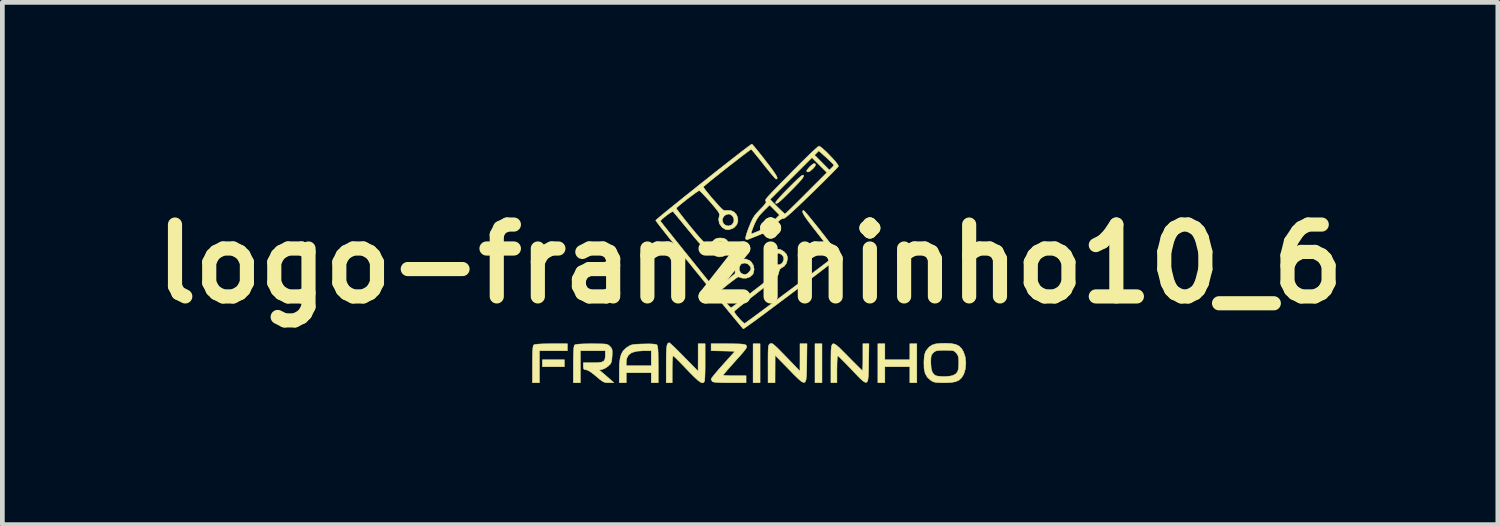
<source format=kicad_pcb>
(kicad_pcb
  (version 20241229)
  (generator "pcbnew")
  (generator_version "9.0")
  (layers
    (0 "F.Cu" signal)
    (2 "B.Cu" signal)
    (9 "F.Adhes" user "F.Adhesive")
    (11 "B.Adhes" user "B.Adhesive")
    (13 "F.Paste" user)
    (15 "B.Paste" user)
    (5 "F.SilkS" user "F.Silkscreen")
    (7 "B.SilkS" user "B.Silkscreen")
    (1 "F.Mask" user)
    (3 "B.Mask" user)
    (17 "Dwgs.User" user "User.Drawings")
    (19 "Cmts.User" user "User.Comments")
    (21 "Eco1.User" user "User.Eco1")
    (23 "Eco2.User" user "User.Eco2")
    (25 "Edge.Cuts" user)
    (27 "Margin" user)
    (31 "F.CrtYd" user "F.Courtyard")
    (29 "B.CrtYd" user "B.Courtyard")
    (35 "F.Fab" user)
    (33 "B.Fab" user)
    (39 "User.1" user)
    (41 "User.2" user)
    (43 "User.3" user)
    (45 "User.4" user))
  (footprint "logo-franzininho10_6"
    (layer "F.Cu")
    (at 12.852 2.545)
    (property "Reference" "logo-franzininho10_6" (at 0 0 0) (layer "F.SilkS") (effects (font (size 1.524 1.524) (thickness 0.3))))
    (attr through_hole)
    (fp_poly (pts (xy -3.937 2.18) (xy -4.403 2.18) (xy -4.403 2.032) (xy -3.937 2.032) (xy -3.937 2.18)) (stroke (width 0.01) (type solid)) (fill yes) (layer "F.SilkS"))
    (fp_poly (pts (xy 0.212 2.519) (xy 0.064 2.519) (xy 0.064 1.693) (xy 0.212 1.693) (xy 0.212 2.519)) (stroke (width 0.01) (type solid)) (fill yes) (layer "F.SilkS"))
    (fp_poly (pts (xy 1.524 2.519) (xy 1.376 2.519) (xy 1.376 1.693) (xy 1.524 1.693) (xy 1.524 2.519)) (stroke (width 0.01) (type solid)) (fill yes) (layer "F.SilkS"))
    (fp_poly (pts (xy 2.857 2.032) (xy 3.387 2.032) (xy 3.387 1.693) (xy 3.535 1.693) (xy 3.535 2.519) (xy 3.387 2.519) (xy 3.387 2.18) (xy 2.857 2.18) (xy 2.857 2.519) (xy 2.709 2.519) (xy 2.709 1.693) (xy 2.857 1.693) (xy 2.857 2.032)) (stroke (width 0.01) (type solid)) (fill yes) (layer "F.SilkS"))
    (fp_poly (pts (xy 1.379 -2.122) (xy 1.38 -2.121) (xy 1.389 -2.098) (xy 1.372 -2.065) (xy 1.334 -2.021) (xy 1.271 -1.966) (xy 1.226 -1.948) (xy 1.198 -1.965) (xy 1.206 -1.988) (xy 1.237 -2.029) (xy 1.271 -2.065) (xy 1.323 -2.111) (xy 1.357 -2.129) (xy 1.379 -2.122)) (stroke (width 0.01) (type solid)) (fill yes) (layer "F.SilkS"))
    (fp_poly (pts (xy -3.873 1.841) (xy -4.466 1.841) (xy -4.466 2.519) (xy -4.614 2.519) (xy -4.614 2.131) (xy -4.613 1.975) (xy -4.61 1.859) (xy -4.604 1.778) (xy -4.596 1.732) (xy -4.589 1.719) (xy -4.56 1.708) (xy -4.498 1.7) (xy -4.399 1.695) (xy -4.26 1.693) (xy -4.219 1.693) (xy -3.873 1.693) (xy -3.873 1.841)) (stroke (width 0.01) (type solid)) (fill yes) (layer "F.SilkS"))
    (fp_poly (pts (xy 1.133 -1.878) (xy 1.134 -1.876) (xy 1.133 -1.854) (xy 1.114 -1.82) (xy 1.074 -1.77) (xy 1.01 -1.701) (xy 0.92 -1.607) (xy 0.887 -1.574) (xy 0.78 -1.467) (xy 0.698 -1.387) (xy 0.638 -1.332) (xy 0.596 -1.298) (xy 0.568 -1.283) (xy 0.55 -1.282) (xy 0.538 -1.294) (xy 0.548 -1.316) (xy 0.585 -1.363) (xy 0.646 -1.432) (xy 0.727 -1.519) (xy 0.822 -1.615) (xy 0.926 -1.719) (xy 1.004 -1.794) (xy 1.061 -1.845) (xy 1.099 -1.874) (xy 1.122 -1.884) (xy 1.133 -1.878)) (stroke (width 0.01) (type solid)) (fill yes) (layer "F.SilkS"))
    (fp_poly (pts (xy 0.465 1.688) (xy 0.492 1.704) (xy 0.53 1.736) (xy 0.585 1.787) (xy 0.659 1.862) (xy 0.758 1.964) (xy 0.765 1.971) (xy 1.057 2.275) (xy 1.058 1.984) (xy 1.058 1.693) (xy 1.207 1.693) (xy 1.202 2.101) (xy 1.199 2.26) (xy 1.195 2.379) (xy 1.185 2.461) (xy 1.165 2.506) (xy 1.134 2.515) (xy 1.085 2.491) (xy 1.018 2.433) (xy 0.926 2.342) (xy 0.816 2.229) (xy 0.531 1.937) (xy 0.53 2.228) (xy 0.529 2.519) (xy 0.381 2.519) (xy 0.381 2.117) (xy 0.381 1.978) (xy 0.382 1.874) (xy 0.385 1.801) (xy 0.389 1.753) (xy 0.396 1.723) (xy 0.407 1.705) (xy 0.421 1.695) (xy 0.427 1.692) (xy 0.444 1.685) (xy 0.465 1.688)) (stroke (width 0.01) (type solid)) (fill yes) (layer "F.SilkS"))
    (fp_poly (pts (xy -2.045 1.699) (xy -1.993 1.708) (xy -1.978 1.715) (xy -1.967 1.732) (xy -1.959 1.765) (xy -1.953 1.82) (xy -1.949 1.901) (xy -1.948 2.015) (xy -1.947 2.13) (xy -1.947 2.519) (xy -2.095 2.519) (xy -2.095 2.307) (xy -2.625 2.307) (xy -2.625 2.519) (xy -2.773 2.519) (xy -2.773 2.261) (xy -2.769 2.112) (xy -2.765 2.079) (xy -2.625 2.079) (xy -2.625 2.159) (xy -2.095 2.159) (xy -2.095 1.841) (xy -2.266 1.841) (xy -2.405 1.851) (xy -2.509 1.881) (xy -2.578 1.932) (xy -2.616 2.006) (xy -2.625 2.079) (xy -2.765 2.079) (xy -2.755 1.997) (xy -2.729 1.909) (xy -2.688 1.84) (xy -2.63 1.784) (xy -2.597 1.761) (xy -2.557 1.736) (xy -2.518 1.719) (xy -2.469 1.709) (xy -2.402 1.702) (xy -2.306 1.698) (xy -2.26 1.697) (xy -2.133 1.695) (xy -2.045 1.699)) (stroke (width 0.01) (type solid)) (fill yes) (layer "F.SilkS"))
    (fp_poly (pts (xy -0.331 1.694) (xy -0.231 1.696) (xy -0.161 1.701) (xy -0.117 1.708) (xy -0.092 1.718) (xy -0.086 1.724) (xy -0.075 1.74) (xy -0.071 1.757) (xy -0.079 1.78) (xy -0.101 1.814) (xy -0.14 1.863) (xy -0.199 1.932) (xy -0.282 2.025) (xy -0.333 2.082) (xy -0.412 2.17) (xy -0.48 2.247) (xy -0.532 2.308) (xy -0.564 2.347) (xy -0.572 2.359) (xy -0.552 2.363) (xy -0.498 2.367) (xy -0.419 2.37) (xy -0.328 2.371) (xy -0.085 2.371) (xy -0.085 2.519) (xy -0.43 2.519) (xy -0.578 2.518) (xy -0.687 2.513) (xy -0.759 2.507) (xy -0.796 2.497) (xy -0.8 2.493) (xy -0.823 2.456) (xy -0.826 2.441) (xy -0.812 2.418) (xy -0.774 2.368) (xy -0.717 2.299) (xy -0.645 2.215) (xy -0.572 2.133) (xy -0.319 1.852) (xy -0.826 1.84) (xy -0.826 1.693) (xy -0.468 1.693) (xy -0.331 1.694)) (stroke (width 0.01) (type solid)) (fill yes) (layer "F.SilkS"))
    (fp_poly (pts (xy -1.691 1.687) (xy -1.647 1.727) (xy -1.583 1.788) (xy -1.504 1.867) (xy -1.414 1.957) (xy -1.398 1.974) (xy -1.102 2.275) (xy -1.101 1.984) (xy -1.101 1.693) (xy -0.953 1.693) (xy -0.953 2.073) (xy -0.953 2.197) (xy -0.955 2.308) (xy -0.958 2.398) (xy -0.962 2.46) (xy -0.965 2.485) (xy -0.984 2.514) (xy -1.011 2.522) (xy -1.051 2.507) (xy -1.107 2.467) (xy -1.181 2.399) (xy -1.278 2.302) (xy -1.344 2.233) (xy -1.43 2.143) (xy -1.507 2.064) (xy -1.569 2.002) (xy -1.613 1.962) (xy -1.632 1.947) (xy -1.639 1.967) (xy -1.645 2.022) (xy -1.649 2.103) (xy -1.651 2.204) (xy -1.651 2.233) (xy -1.651 2.519) (xy -1.778 2.519) (xy -1.778 2.121) (xy -1.777 1.97) (xy -1.774 1.856) (xy -1.769 1.775) (xy -1.76 1.721) (xy -1.746 1.689) (xy -1.728 1.675) (xy -1.711 1.672) (xy -1.691 1.687)) (stroke (width 0.01) (type solid)) (fill yes) (layer "F.SilkS"))
    (fp_poly (pts (xy 1.821 1.716) (xy 1.889 1.774) (xy 1.98 1.864) (xy 2.079 1.964) (xy 2.17 2.056) (xy 2.25 2.136) (xy 2.315 2.201) (xy 2.361 2.245) (xy 2.383 2.264) (xy 2.384 2.265) (xy 2.387 2.245) (xy 2.389 2.19) (xy 2.391 2.109) (xy 2.392 2.008) (xy 2.392 1.979) (xy 2.392 1.693) (xy 2.52 1.693) (xy 2.514 2.101) (xy 2.512 2.261) (xy 2.507 2.381) (xy 2.497 2.462) (xy 2.477 2.506) (xy 2.445 2.513) (xy 2.397 2.485) (xy 2.328 2.423) (xy 2.237 2.329) (xy 2.147 2.234) (xy 2.06 2.144) (xy 1.983 2.065) (xy 1.921 2.003) (xy 1.878 1.962) (xy 1.858 1.947) (xy 1.858 1.947) (xy 1.852 1.967) (xy 1.847 2.022) (xy 1.843 2.103) (xy 1.842 2.204) (xy 1.841 2.233) (xy 1.841 2.519) (xy 1.714 2.519) (xy 1.714 2.119) (xy 1.715 1.955) (xy 1.717 1.832) (xy 1.725 1.748) (xy 1.743 1.701) (xy 1.774 1.691) (xy 1.821 1.716)) (stroke (width 0.01) (type solid)) (fill yes) (layer "F.SilkS"))
    (fp_poly (pts (xy -3.234 1.694) (xy -3.143 1.695) (xy -3.08 1.698) (xy -3.038 1.705) (xy -3.01 1.715) (xy -2.988 1.731) (xy -2.971 1.748) (xy -2.942 1.78) (xy -2.927 1.813) (xy -2.922 1.861) (xy -2.924 1.935) (xy -2.925 1.951) (xy -2.931 2.032) (xy -2.942 2.084) (xy -2.962 2.122) (xy -2.997 2.157) (xy -3.002 2.162) (xy -3.061 2.205) (xy -3.121 2.233) (xy -3.134 2.237) (xy -3.197 2.249) (xy -3.107 2.326) (xy -3.042 2.382) (xy -2.979 2.437) (xy -2.953 2.46) (xy -2.889 2.518) (xy -2.997 2.518) (xy -3.048 2.517) (xy -3.089 2.509) (xy -3.13 2.488) (xy -3.182 2.451) (xy -3.253 2.391) (xy -3.265 2.381) (xy -3.362 2.303) (xy -3.435 2.257) (xy -3.48 2.244) (xy -3.517 2.238) (xy -3.532 2.214) (xy -3.535 2.17) (xy -3.535 2.095) (xy -3.335 2.095) (xy -3.224 2.093) (xy -3.149 2.083) (xy -3.103 2.061) (xy -3.078 2.023) (xy -3.07 1.966) (xy -3.069 1.935) (xy -3.069 1.841) (xy -3.598 1.841) (xy -3.598 2.519) (xy -3.747 2.519) (xy -3.747 2.131) (xy -3.745 1.975) (xy -3.742 1.859) (xy -3.736 1.778) (xy -3.728 1.732) (xy -3.721 1.719) (xy -3.692 1.708) (xy -3.628 1.7) (xy -3.527 1.695) (xy -3.387 1.693) (xy -3.36 1.693) (xy -3.234 1.694)) (stroke (width 0.01) (type solid)) (fill yes) (layer "F.SilkS"))
    (fp_poly (pts (xy 4.258 1.688) (xy 4.356 1.706) (xy 4.428 1.74) (xy 4.484 1.795) (xy 4.524 1.862) (xy 4.561 1.972) (xy 4.574 2.099) (xy 4.564 2.226) (xy 4.53 2.337) (xy 4.524 2.349) (xy 4.479 2.419) (xy 4.425 2.467) (xy 4.353 2.498) (xy 4.257 2.514) (xy 4.127 2.519) (xy 4.117 2.519) (xy 4.016 2.518) (xy 3.947 2.513) (xy 3.898 2.503) (xy 3.859 2.486) (xy 3.83 2.468) (xy 3.759 2.404) (xy 3.712 2.322) (xy 3.689 2.216) (xy 3.686 2.096) (xy 3.831 2.096) (xy 3.84 2.218) (xy 3.866 2.304) (xy 3.912 2.356) (xy 3.964 2.377) (xy 4.057 2.387) (xy 4.158 2.387) (xy 4.25 2.377) (xy 4.306 2.362) (xy 4.362 2.331) (xy 4.398 2.288) (xy 4.417 2.225) (xy 4.424 2.131) (xy 4.424 2.098) (xy 4.422 2.014) (xy 4.413 1.958) (xy 4.393 1.917) (xy 4.373 1.89) (xy 4.346 1.862) (xy 4.318 1.845) (xy 4.279 1.835) (xy 4.218 1.832) (xy 4.131 1.831) (xy 4.038 1.832) (xy 3.976 1.837) (xy 3.935 1.847) (xy 3.904 1.866) (xy 3.886 1.882) (xy 3.858 1.913) (xy 3.841 1.946) (xy 3.834 1.995) (xy 3.831 2.071) (xy 3.831 2.096) (xy 3.686 2.096) (xy 3.686 2.078) (xy 3.686 2.071) (xy 3.692 1.974) (xy 3.704 1.907) (xy 3.723 1.857) (xy 3.743 1.825) (xy 3.796 1.763) (xy 3.856 1.721) (xy 3.933 1.696) (xy 4.036 1.685) (xy 4.128 1.683) (xy 4.258 1.688)) (stroke (width 0.01) (type solid)) (fill yes) (layer "F.SilkS"))
    (fp_poly (pts (xy 1.491 -2.483) (xy 1.54 -2.444) (xy 1.603 -2.388) (xy 1.671 -2.32) (xy 1.738 -2.249) (xy 1.799 -2.182) (xy 1.845 -2.124) (xy 1.87 -2.084) (xy 1.873 -2.071) (xy 1.855 -2.049) (xy 1.811 -2.001) (xy 1.743 -1.931) (xy 1.654 -1.842) (xy 1.549 -1.737) (xy 1.431 -1.621) (xy 1.304 -1.496) (xy 1.3 -1.493) (xy 1.143 -1.341) (xy 1.014 -1.218) (xy 0.91 -1.121) (xy 0.83 -1.049) (xy 0.771 -0.999) (xy 0.731 -0.971) (xy 0.708 -0.961) (xy 0.705 -0.962) (xy 0.675 -0.958) (xy 0.628 -0.927) (xy 0.559 -0.867) (xy 0.52 -0.829) (xy 0.441 -0.756) (xy 0.374 -0.703) (xy 0.302 -0.661) (xy 0.211 -0.621) (xy 0.169 -0.604) (xy 0.082 -0.569) (xy 0.008 -0.54) (xy -0.042 -0.52) (xy -0.058 -0.514) (xy -0.087 -0.521) (xy -0.096 -0.534) (xy -0.093 -0.566) (xy -0.077 -0.627) (xy -0.071 -0.645) (xy 0.023 -0.645) (xy 0.029 -0.636) (xy 0.037 -0.639) (xy 0.064 -0.649) (xy 0.118 -0.671) (xy 0.19 -0.701) (xy 0.204 -0.706) (xy 0.3 -0.75) (xy 0.381 -0.804) (xy 0.465 -0.878) (xy 0.489 -0.902) (xy 0.623 -1.037) (xy 0.519 -1.143) (xy 0.414 -1.249) (xy 0.282 -1.118) (xy 0.203 -1.033) (xy 0.146 -0.953) (xy 0.1 -0.861) (xy 0.085 -0.827) (xy 0.049 -0.735) (xy 0.029 -0.676) (xy 0.023 -0.645) (xy -0.071 -0.645) (xy -0.05 -0.708) (xy -0.021 -0.785) (xy 0.022 -0.889) (xy 0.06 -0.966) (xy 0.1 -1.029) (xy 0.153 -1.091) (xy 0.213 -1.154) (xy 0.282 -1.226) (xy 0.323 -1.276) (xy 0.34 -1.307) (xy 0.336 -1.327) (xy 0.335 -1.329) (xy 0.328 -1.337) (xy 0.326 -1.347) (xy 0.33 -1.362) (xy 0.333 -1.366) (xy 0.424 -1.366) (xy 0.576 -1.212) (xy 0.641 -1.148) (xy 0.695 -1.097) (xy 0.73 -1.065) (xy 0.74 -1.058) (xy 0.758 -1.073) (xy 0.801 -1.113) (xy 0.867 -1.177) (xy 0.95 -1.259) (xy 1.049 -1.356) (xy 1.158 -1.465) (xy 1.191 -1.498) (xy 1.63 -1.937) (xy 1.471 -2.095) (xy 1.312 -2.254) (xy 0.868 -1.81) (xy 0.424 -1.366) (xy 0.333 -1.366) (xy 0.344 -1.383) (xy 0.369 -1.415) (xy 0.409 -1.459) (xy 0.465 -1.519) (xy 0.54 -1.597) (xy 0.636 -1.696) (xy 0.757 -1.818) (xy 0.903 -1.967) (xy 0.973 -2.037) (xy 1.088 -2.152) (xy 1.194 -2.256) (xy 1.246 -2.307) (xy 1.366 -2.307) (xy 1.524 -2.149) (xy 1.681 -1.99) (xy 1.729 -2.036) (xy 1.763 -2.072) (xy 1.778 -2.095) (xy 1.778 -2.096) (xy 1.763 -2.115) (xy 1.723 -2.155) (xy 1.665 -2.21) (xy 1.618 -2.254) (xy 1.457 -2.398) (xy 1.366 -2.307) (xy 1.246 -2.307) (xy 1.287 -2.346) (xy 1.365 -2.419) (xy 1.422 -2.47) (xy 1.455 -2.495) (xy 1.461 -2.498) (xy 1.491 -2.483)) (stroke (width 0.01) (type solid)) (fill yes) (layer "F.SilkS"))
    (fp_poly (pts (xy 0.055 -2.524) (xy 0.094 -2.479) (xy 0.15 -2.411) (xy 0.22 -2.324) (xy 0.3 -2.223) (xy 0.324 -2.191) (xy 0.422 -2.064) (xy 0.494 -1.966) (xy 0.542 -1.894) (xy 0.569 -1.845) (xy 0.575 -1.815) (xy 0.564 -1.801) (xy 0.55 -1.799) (xy 0.532 -1.815) (xy 0.492 -1.859) (xy 0.435 -1.926) (xy 0.365 -2.012) (xy 0.287 -2.109) (xy 0.286 -2.111) (xy 0.208 -2.21) (xy 0.138 -2.296) (xy 0.082 -2.365) (xy 0.043 -2.411) (xy 0.025 -2.429) (xy 0.025 -2.429) (xy 0.005 -2.418) (xy -0.042 -2.384) (xy -0.113 -2.331) (xy -0.201 -2.264) (xy -0.303 -2.185) (xy -0.413 -2.1) (xy -0.526 -2.012) (xy -0.636 -1.924) (xy -0.741 -1.841) (xy -0.833 -1.767) (xy -0.908 -1.705) (xy -0.962 -1.66) (xy -0.988 -1.635) (xy -0.99 -1.632) (xy -0.979 -1.611) (xy -0.945 -1.563) (xy -0.891 -1.496) (xy -0.824 -1.415) (xy -0.782 -1.367) (xy -0.7 -1.274) (xy -0.64 -1.208) (xy -0.597 -1.165) (xy -0.566 -1.141) (xy -0.54 -1.131) (xy -0.514 -1.131) (xy -0.498 -1.134) (xy -0.411 -1.133) (xy -0.341 -1.101) (xy -0.29 -1.046) (xy -0.262 -0.977) (xy -0.258 -0.903) (xy -0.282 -0.832) (xy -0.337 -0.772) (xy -0.371 -0.752) (xy -0.452 -0.724) (xy -0.517 -0.729) (xy -0.581 -0.767) (xy -0.596 -0.78) (xy -0.651 -0.855) (xy -0.659 -0.901) (xy -0.586 -0.901) (xy -0.56 -0.851) (xy -0.516 -0.816) (xy -0.46 -0.804) (xy -0.4 -0.822) (xy -0.377 -0.839) (xy -0.344 -0.893) (xy -0.343 -0.955) (xy -0.368 -1.011) (xy -0.415 -1.049) (xy -0.458 -1.058) (xy -0.51 -1.044) (xy -0.55 -1.016) (xy -0.585 -0.959) (xy -0.586 -0.901) (xy -0.659 -0.901) (xy -0.667 -0.945) (xy -0.65 -1.028) (xy -0.649 -1.051) (xy -0.661 -1.083) (xy -0.691 -1.129) (xy -0.742 -1.193) (xy -0.818 -1.282) (xy -0.845 -1.314) (xy -0.92 -1.398) (xy -0.986 -1.469) (xy -1.038 -1.523) (xy -1.071 -1.552) (xy -1.078 -1.556) (xy -1.102 -1.543) (xy -1.151 -1.51) (xy -1.217 -1.462) (xy -1.294 -1.405) (xy -1.373 -1.344) (xy -1.447 -1.285) (xy -1.509 -1.234) (xy -1.551 -1.197) (xy -1.565 -1.179) (xy -1.553 -1.159) (xy -1.517 -1.11) (xy -1.463 -1.039) (xy -1.393 -0.95) (xy -1.311 -0.847) (xy -1.269 -0.795) (xy -1.15 -0.651) (xy -1.055 -0.541) (xy -0.983 -0.465) (xy -0.935 -0.423) (xy -0.919 -0.414) (xy -0.878 -0.413) (xy -0.838 -0.435) (xy -0.796 -0.476) (xy -0.744 -0.523) (xy -0.696 -0.545) (xy -0.632 -0.55) (xy -0.631 -0.55) (xy -0.556 -0.543) (xy -0.506 -0.516) (xy -0.492 -0.503) (xy -0.443 -0.424) (xy -0.43 -0.342) (xy -0.45 -0.265) (xy -0.5 -0.202) (xy -0.575 -0.16) (xy -0.652 -0.148) (xy -0.725 -0.166) (xy -0.79 -0.212) (xy -0.83 -0.273) (xy -0.834 -0.284) (xy -0.852 -0.321) (xy -0.891 -0.338) (xy -0.926 -0.343) (xy -0.953 -0.347) (xy -0.979 -0.356) (xy -0.996 -0.368) (xy -0.758 -0.368) (xy -0.749 -0.312) (xy -0.714 -0.266) (xy -0.664 -0.237) (xy -0.606 -0.232) (xy -0.55 -0.258) (xy -0.541 -0.266) (xy -0.517 -0.311) (xy -0.508 -0.361) (xy -0.525 -0.422) (xy -0.569 -0.462) (xy -0.627 -0.478) (xy -0.687 -0.465) (xy -0.735 -0.426) (xy -0.758 -0.368) (xy -0.996 -0.368) (xy -1.007 -0.376) (xy -1.044 -0.409) (xy -1.091 -0.46) (xy -1.154 -0.533) (xy -1.236 -0.631) (xy -1.312 -0.723) (xy -1.401 -0.831) (xy -1.48 -0.928) (xy -1.548 -1.009) (xy -1.598 -1.069) (xy -1.627 -1.104) (xy -1.633 -1.111) (xy -1.655 -1.106) (xy -1.698 -1.08) (xy -1.754 -1.041) (xy -1.811 -0.997) (xy -1.861 -0.954) (xy -1.894 -0.921) (xy -1.9 -0.907) (xy -1.886 -0.888) (xy -1.848 -0.839) (xy -1.789 -0.764) (xy -1.711 -0.667) (xy -1.618 -0.55) (xy -1.512 -0.418) (xy -1.396 -0.273) (xy -1.314 -0.172) (xy -0.735 0.547) (xy -0.318 0.206) (xy -0.318 0.132) (xy -0.229 0.132) (xy -0.2 0.188) (xy -0.185 0.201) (xy -0.121 0.227) (xy -0.063 0.212) (xy -0.013 0.163) (xy 0.015 0.12) (xy 0.017 0.086) (xy -0.001 0.047) (xy -0.047 0.001) (xy -0.109 -0.019) (xy -0.17 -0.009) (xy -0.198 0.011) (xy -0.229 0.067) (xy -0.229 0.132) (xy -0.318 0.132) (xy -0.318 0.105) (xy -0.313 0.037) (xy -0.295 -0.008) (xy -0.255 -0.049) (xy -0.252 -0.051) (xy -0.17 -0.098) (xy -0.086 -0.104) (xy -0.007 -0.069) (xy 0.023 -0.044) (xy 0.07 0.03) (xy 0.086 0.115) (xy 0.069 0.198) (xy 0.053 0.227) (xy -0.004 0.276) (xy -0.082 0.303) (xy -0.16 0.302) (xy -0.178 0.297) (xy -0.226 0.281) (xy -0.254 0.275) (xy -0.275 0.288) (xy -0.321 0.321) (xy -0.384 0.368) (xy -0.457 0.424) (xy -0.531 0.483) (xy -0.598 0.538) (xy -0.652 0.583) (xy -0.664 0.594) (xy -0.659 0.616) (xy -0.632 0.66) (xy -0.591 0.718) (xy -0.541 0.782) (xy -0.49 0.843) (xy -0.444 0.893) (xy -0.41 0.922) (xy -0.399 0.927) (xy -0.378 0.913) (xy -0.328 0.876) (xy -0.253 0.821) (xy -0.159 0.749) (xy -0.049 0.666) (xy 0.071 0.574) (xy 0.074 0.571) (xy 0.21 0.467) (xy 0.316 0.384) (xy 0.396 0.32) (xy 0.453 0.272) (xy 0.491 0.235) (xy 0.514 0.207) (xy 0.525 0.184) (xy 0.529 0.163) (xy 0.529 0.155) (xy 0.52 0.101) (xy 0.489 0.075) (xy 0.486 0.074) (xy 0.438 0.039) (xy 0.403 -0.024) (xy 0.387 -0.101) (xy 0.387 -0.101) (xy 0.465 -0.101) (xy 0.483 -0.041) (xy 0.501 -0.018) (xy 0.555 0.016) (xy 0.619 0.018) (xy 0.674 -0.011) (xy 0.687 -0.026) (xy 0.717 -0.093) (xy 0.706 -0.154) (xy 0.677 -0.191) (xy 0.62 -0.226) (xy 0.562 -0.227) (xy 0.512 -0.202) (xy 0.477 -0.157) (xy 0.465 -0.101) (xy 0.387 -0.101) (xy 0.39 -0.157) (xy 0.418 -0.229) (xy 0.472 -0.276) (xy 0.56 -0.312) (xy 0.64 -0.308) (xy 0.717 -0.262) (xy 0.724 -0.256) (xy 0.771 -0.205) (xy 0.79 -0.153) (xy 0.793 -0.11) (xy 0.774 -0.019) (xy 0.722 0.051) (xy 0.664 0.085) (xy 0.627 0.118) (xy 0.607 0.185) (xy 0.606 0.186) (xy 0.601 0.212) (xy 0.591 0.237) (xy 0.572 0.264) (xy 0.542 0.297) (xy 0.495 0.339) (xy 0.428 0.395) (xy 0.339 0.466) (xy 0.221 0.558) (xy 0.127 0.632) (xy 0.005 0.726) (xy -0.104 0.813) (xy -0.197 0.888) (xy -0.27 0.948) (xy -0.319 0.989) (xy -0.338 1.009) (xy -0.338 1.01) (xy -0.324 1.04) (xy -0.289 1.088) (xy -0.243 1.143) (xy -0.194 1.197) (xy -0.15 1.239) (xy -0.12 1.261) (xy -0.114 1.261) (xy -0.092 1.247) (xy -0.041 1.21) (xy 0.037 1.154) (xy 0.137 1.08) (xy 0.255 0.993) (xy 0.388 0.894) (xy 0.533 0.787) (xy 0.685 0.673) (xy 0.84 0.557) (xy 0.996 0.44) (xy 1.148 0.326) (xy 1.292 0.218) (xy 1.426 0.117) (xy 1.545 0.027) (xy 1.645 -0.049) (xy 1.723 -0.109) (xy 1.775 -0.15) (xy 1.798 -0.169) (xy 1.798 -0.169) (xy 1.786 -0.188) (xy 1.751 -0.236) (xy 1.696 -0.308) (xy 1.625 -0.4) (xy 1.542 -0.507) (xy 1.45 -0.625) (xy 1.338 -0.768) (xy 1.251 -0.882) (xy 1.187 -0.969) (xy 1.144 -1.035) (xy 1.12 -1.081) (xy 1.112 -1.111) (xy 1.119 -1.128) (xy 1.132 -1.135) (xy 1.15 -1.12) (xy 1.19 -1.077) (xy 1.246 -1.01) (xy 1.316 -0.924) (xy 1.396 -0.825) (xy 1.481 -0.718) (xy 1.568 -0.607) (xy 1.652 -0.498) (xy 1.729 -0.396) (xy 1.796 -0.306) (xy 1.849 -0.233) (xy 1.883 -0.182) (xy 1.894 -0.159) (xy 1.878 -0.143) (xy 1.831 -0.104) (xy 1.757 -0.045) (xy 1.66 0.03) (xy 1.544 0.12) (xy 1.411 0.222) (xy 1.266 0.332) (xy 1.112 0.449) (xy 0.952 0.57) (xy 0.791 0.691) (xy 0.632 0.81) (xy 0.478 0.925) (xy 0.334 1.033) (xy 0.201 1.131) (xy 0.086 1.216) (xy -0.011 1.285) (xy -0.083 1.337) (xy -0.129 1.368) (xy -0.144 1.376) (xy -0.159 1.36) (xy -0.199 1.313) (xy -0.261 1.239) (xy -0.343 1.14) (xy -0.443 1.019) (xy -0.559 0.878) (xy -0.688 0.72) (xy -0.829 0.548) (xy -0.978 0.364) (xy -1.079 0.24) (xy -1.234 0.049) (xy -1.38 -0.132) (xy -1.516 -0.302) (xy -1.639 -0.456) (xy -1.748 -0.593) (xy -1.84 -0.71) (xy -1.914 -0.804) (xy -1.966 -0.873) (xy -1.995 -0.913) (xy -2 -0.922) (xy -1.984 -0.939) (xy -1.938 -0.979) (xy -1.866 -1.039) (xy -1.771 -1.117) (xy -1.656 -1.21) (xy -1.525 -1.316) (xy -1.382 -1.431) (xy -1.23 -1.552) (xy -1.073 -1.678) (xy -0.913 -1.804) (xy -0.755 -1.93) (xy -0.602 -2.05) (xy -0.457 -2.164) (xy -0.325 -2.267) (xy -0.208 -2.358) (xy -0.109 -2.434) (xy -0.033 -2.491) (xy 0.017 -2.527) (xy 0.037 -2.54) (xy 0.055 -2.524)) (stroke (width 0.01) (type solid)) (fill yes) (layer "F.SilkS")))
  (gr_rect
    (start -3 -3)
    (end 28.705 8.072)
    (stroke (width 0.1) (type default))
    (fill no)
    (layer "Edge.Cuts")))
</source>
